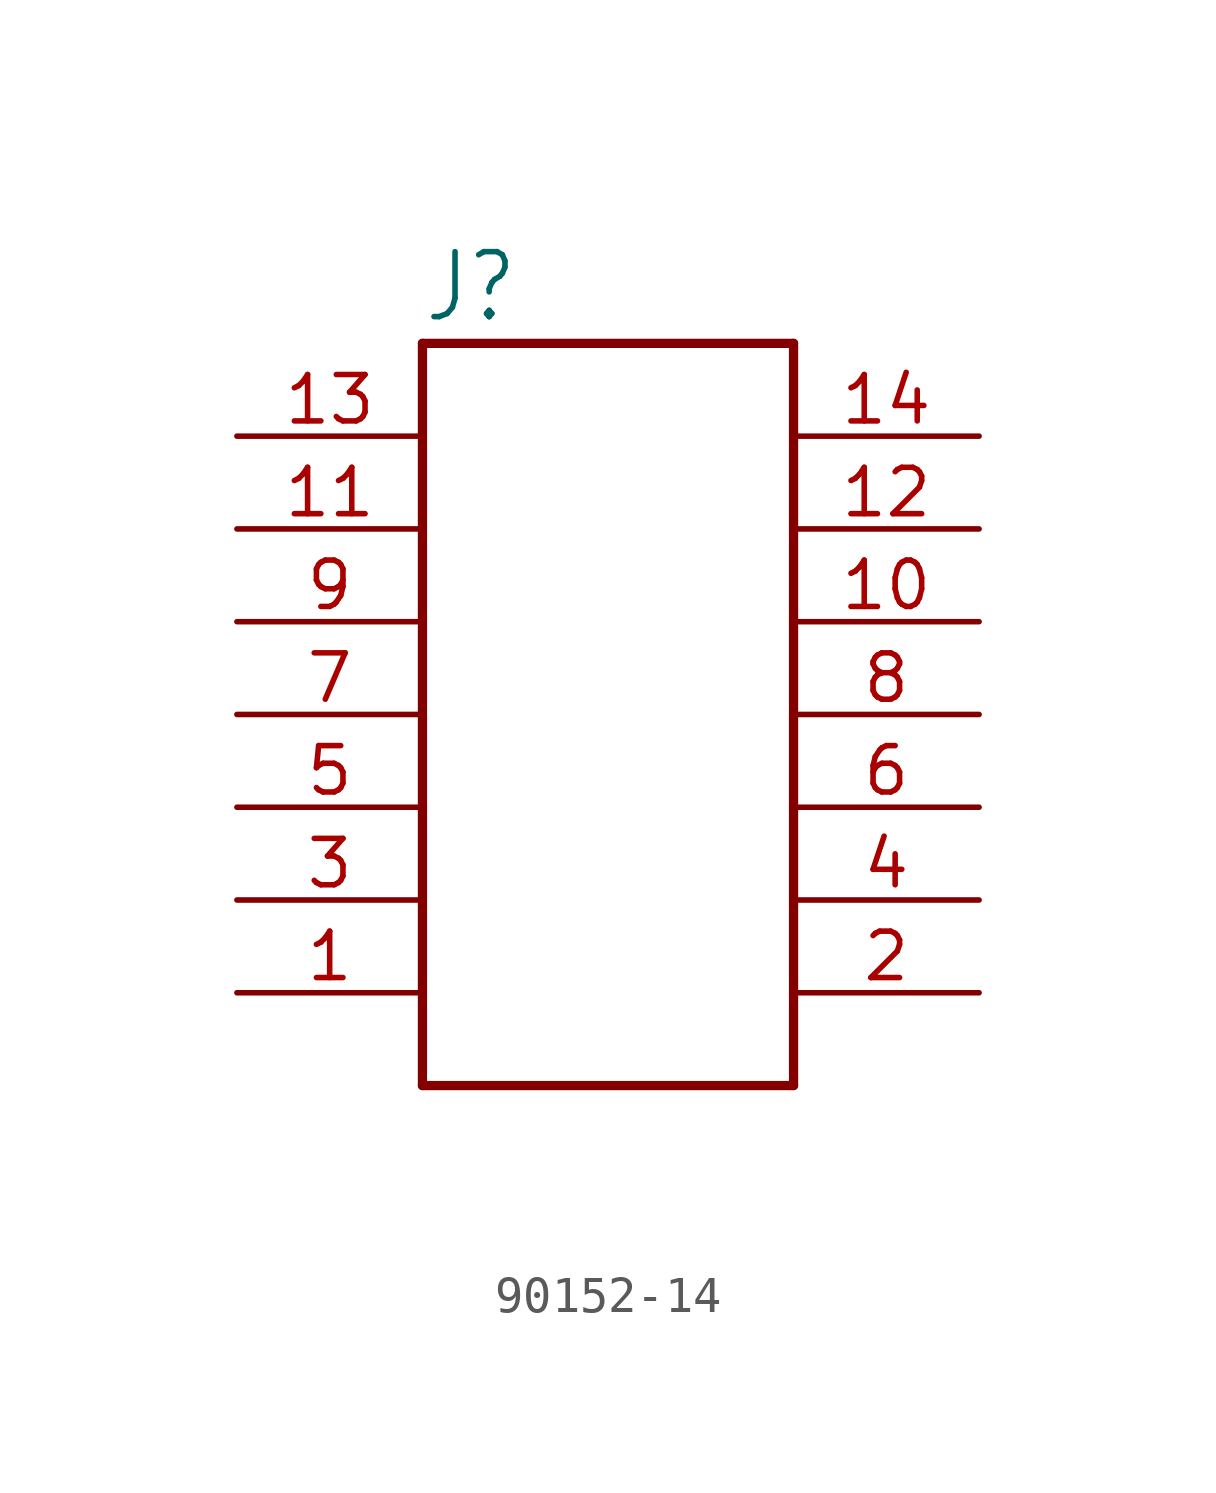
<source format=kicad_sym>
(kicad_symbol_lib
  (version 20231120)
  (generator "kicad_symbol_editor")
  (generator_version "8.0")
  (symbol "90152-14"
    (property "Reference" "J"
      (at -5.08 10.668 0)
      (effects (font (size 1.778 1.511)) (justify left bottom)))
    (property "Value" ""
      (at -4.826 -12.446 0)
      (effects (font (size 1.778 1.511)) (justify left bottom)))
    (property "ki_locked" ""
      (at 0 0 0)
      (effects (font (size 1.27 1.27))))
    (symbol "90152-14_1_0"
      (polyline (pts (xy -5.08 -10.16) (xy 5.08 -10.16)) (stroke (width 0.254) (type solid)) (fill (type none)))
      (polyline (pts (xy -5.08 10.16) (xy -5.08 -10.16)) (stroke (width 0.254) (type solid)) (fill (type none)))
      (polyline (pts (xy 5.08 -10.16) (xy 5.08 10.16)) (stroke (width 0.254) (type solid)) (fill (type none)))
      (polyline (pts (xy 5.08 10.16) (xy -5.08 10.16)) (stroke (width 0.254) (type solid)) (fill (type none)))
      (pin bidirectional line (at -10.16 -7.62 0) (length 5.08) (name "1" (effects (font (size 0 0)))) (number "1" (effects (font (size 1.27 1.27)))))
      (pin bidirectional line (at 10.16 2.54 180) (length 5.08) (name "10" (effects (font (size 0 0)))) (number "10" (effects (font (size 1.27 1.27)))))
      (pin bidirectional line (at -10.16 5.08 0) (length 5.08) (name "11" (effects (font (size 0 0)))) (number "11" (effects (font (size 1.27 1.27)))))
      (pin bidirectional line (at 10.16 5.08 180) (length 5.08) (name "12" (effects (font (size 0 0)))) (number "12" (effects (font (size 1.27 1.27)))))
      (pin bidirectional line (at -10.16 7.62 0) (length 5.08) (name "13" (effects (font (size 0 0)))) (number "13" (effects (font (size 1.27 1.27)))))
      (pin bidirectional line (at 10.16 7.62 180) (length 5.08) (name "14" (effects (font (size 0 0)))) (number "14" (effects (font (size 1.27 1.27)))))
      (pin bidirectional line (at 10.16 -7.62 180) (length 5.08) (name "2" (effects (font (size 0 0)))) (number "2" (effects (font (size 1.27 1.27)))))
      (pin bidirectional line (at -10.16 -5.08 0) (length 5.08) (name "3" (effects (font (size 0 0)))) (number "3" (effects (font (size 1.27 1.27)))))
      (pin bidirectional line (at 10.16 -5.08 180) (length 5.08) (name "4" (effects (font (size 0 0)))) (number "4" (effects (font (size 1.27 1.27)))))
      (pin bidirectional line (at -10.16 -2.54 0) (length 5.08) (name "5" (effects (font (size 0 0)))) (number "5" (effects (font (size 1.27 1.27)))))
      (pin bidirectional line (at 10.16 -2.54 180) (length 5.08) (name "6" (effects (font (size 0 0)))) (number "6" (effects (font (size 1.27 1.27)))))
      (pin bidirectional line (at -10.16 0 0) (length 5.08) (name "7" (effects (font (size 0 0)))) (number "7" (effects (font (size 1.27 1.27)))))
      (pin bidirectional line (at 10.16 0 180) (length 5.08) (name "8" (effects (font (size 0 0)))) (number "8" (effects (font (size 1.27 1.27)))))
      (pin bidirectional line (at -10.16 2.54 0) (length 5.08) (name "9" (effects (font (size 0 0)))) (number "9" (effects (font (size 1.27 1.27))))))))
</source>
